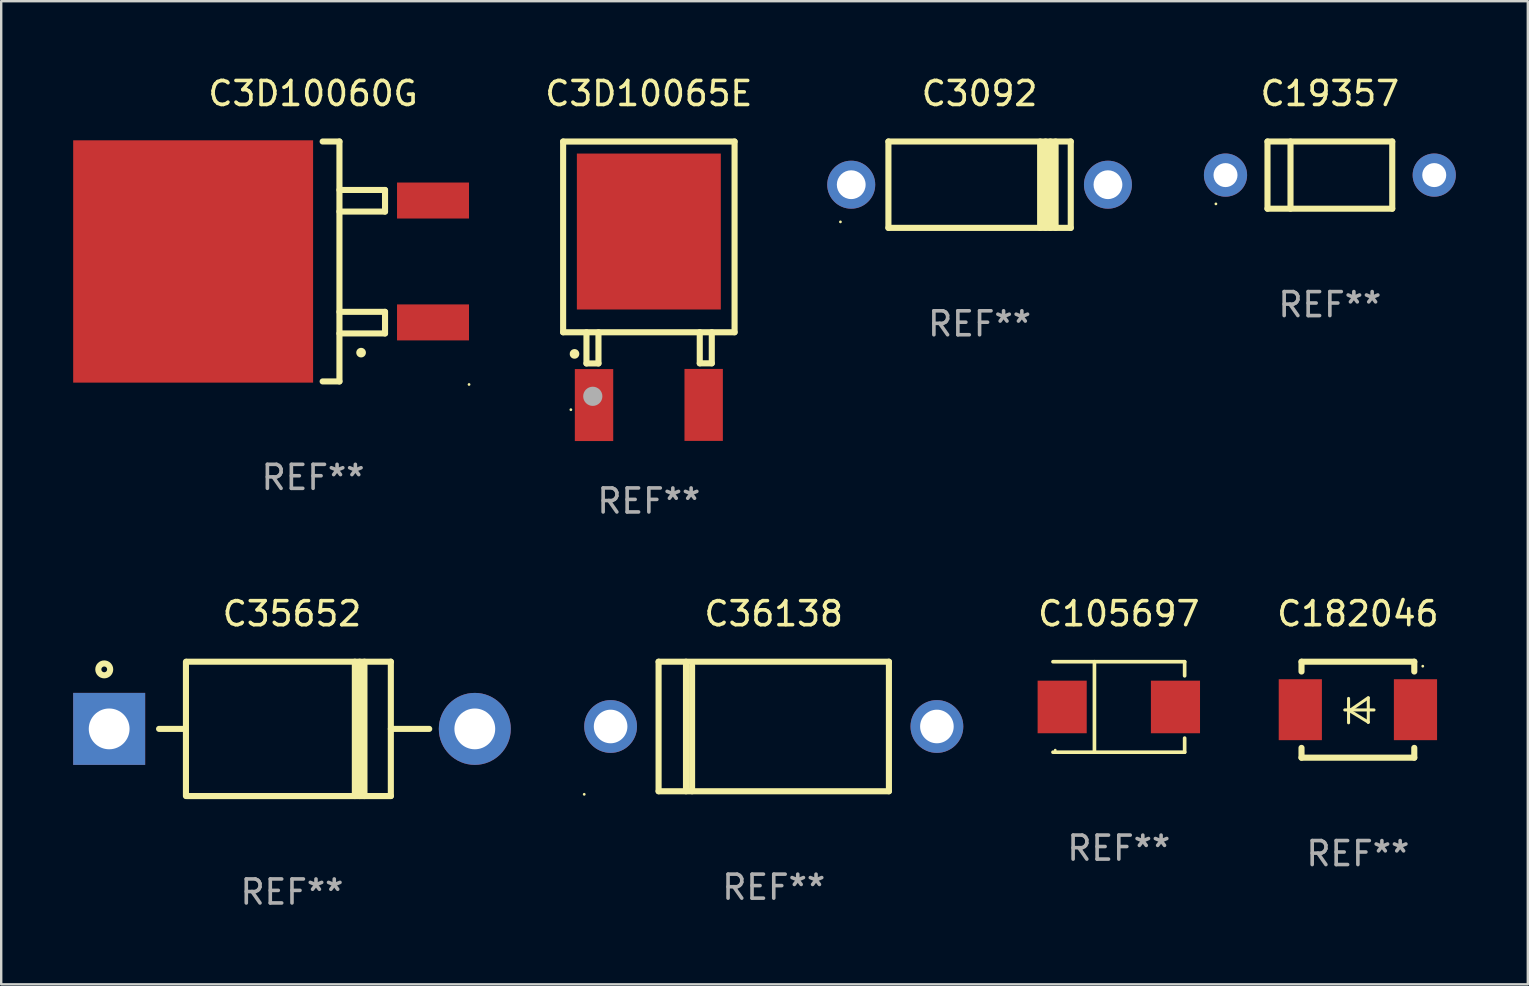
<source format=kicad_pcb>
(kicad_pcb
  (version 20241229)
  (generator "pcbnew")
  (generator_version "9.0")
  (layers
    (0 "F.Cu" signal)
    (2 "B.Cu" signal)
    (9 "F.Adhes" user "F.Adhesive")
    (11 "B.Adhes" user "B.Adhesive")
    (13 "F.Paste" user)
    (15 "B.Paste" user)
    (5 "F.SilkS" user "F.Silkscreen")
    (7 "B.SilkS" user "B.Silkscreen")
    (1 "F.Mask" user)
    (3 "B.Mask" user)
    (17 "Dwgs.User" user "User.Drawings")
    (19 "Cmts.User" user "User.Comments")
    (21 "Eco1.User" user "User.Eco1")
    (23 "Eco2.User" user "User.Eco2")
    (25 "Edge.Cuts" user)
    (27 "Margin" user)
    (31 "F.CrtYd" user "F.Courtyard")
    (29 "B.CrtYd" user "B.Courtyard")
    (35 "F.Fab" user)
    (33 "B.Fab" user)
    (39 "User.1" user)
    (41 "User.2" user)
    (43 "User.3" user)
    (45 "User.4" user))
  (footprint "C3D10065E"
    (layer "F.Cu")
    (at 23.994 8.341)
    (property "Reference" "C3D10065E" (at 0 -7.492 0) (layer "F.SilkS") (effects (font (size 1 1) (thickness 0.15))))
    (attr through_hole)
    (fp_line (start -3.573 -5.492) (end -3.573 2.458) (stroke (width 0.254) (type solid)) (layer "F.SilkS"))
    (fp_line (start -3.573 2.458) (end 3.573 2.458) (stroke (width 0.254) (type solid)) (layer "F.SilkS"))
    (fp_line (start -2.6 2.458) (end -2.6 3.757) (stroke (width 0.254) (type solid)) (layer "F.SilkS"))
    (fp_line (start -2.6 3.757) (end -2.1 3.757) (stroke (width 0.254) (type solid)) (layer "F.SilkS"))
    (fp_line (start -2.1 3.757) (end -2.1 2.458) (stroke (width 0.254) (type solid)) (layer "F.SilkS"))
    (fp_line (start 2.122 2.453) (end 2.122 3.753) (stroke (width 0.254) (type solid)) (layer "F.SilkS"))
    (fp_line (start 2.122 3.753) (end 2.623 3.753) (stroke (width 0.254) (type solid)) (layer "F.SilkS"))
    (fp_line (start 2.623 3.753) (end 2.623 2.453) (stroke (width 0.254) (type solid)) (layer "F.SilkS"))
    (fp_line (start 3.573 -5.492) (end -3.573 -5.492) (stroke (width 0.254) (type solid)) (layer "F.SilkS"))
    (fp_line (start 3.573 2.458) (end 3.573 -5.492) (stroke (width 0.254) (type solid)) (layer "F.SilkS"))
    (fp_arc (start -3.098806 3.360224) (mid -3.09881 3.358954) (end -3.098806 3.357684) (stroke (width 0.4) (type solid)) (layer "F.SilkS"))
    (fp_circle (center -3.25 5.685) (end -3.22 5.685) (stroke (width 0.06) (type solid)) (fill no) (layer "F.SilkS"))
    (fp_circle (center -2.337 5.127) (end -2.137 5.127) (stroke (width 0.4) (type solid)) (fill no) (layer "F.Fab"))
    (fp_text user "REF**" (at 0 9.492 0) (layer "F.Fab") (effects (font (size 1 1) (thickness 0.15))))
    (pad "1" smd rect (at -2.285 5.492) (size 1.6 3) (layers "F.Cu" "F.Mask" "F.Paste"))
    (pad "2" smd rect (at 2.285 5.486 180) (size 1.6 3) (layers "F.Cu" "F.Mask" "F.Paste"))
    (pad "3" smd rect (at -0.000102 -1.741) (size 6 6.5) (layers "F.Cu" "F.Mask" "F.Paste")))
  (footprint "C3D10060G"
    (layer "F.Cu")
    (at 9.999 7.848)
    (property "Reference" "C3D10060G" (at 0 -7 0) (layer "F.SilkS") (effects (font (size 1 1) (thickness 0.15))))
    (attr through_hole)
    (fp_line (start 0.399 -5) (end 1.099 -5) (stroke (width 0.254) (type solid)) (layer "F.SilkS"))
    (fp_line (start 1.099 -5) (end 1.099 5) (stroke (width 0.254) (type solid)) (layer "F.SilkS"))
    (fp_line (start 1.099 -2.08) (end 2.999 -2.08) (stroke (width 0.254) (type solid)) (layer "F.SilkS"))
    (fp_line (start 1.099 3) (end 2.999 3) (stroke (width 0.254) (type solid)) (layer "F.SilkS"))
    (fp_line (start 1.099 5) (end 0.399 5) (stroke (width 0.254) (type solid)) (layer "F.SilkS"))
    (fp_line (start 2.999 -2.98) (end 1.099 -2.98) (stroke (width 0.254) (type solid)) (layer "F.SilkS"))
    (fp_line (start 2.999 -2.08) (end 2.999 -2.98) (stroke (width 0.254) (type solid)) (layer "F.SilkS"))
    (fp_line (start 2.999 2.1) (end 1.099 2.1) (stroke (width 0.254) (type solid)) (layer "F.SilkS"))
    (fp_line (start 2.999 3) (end 2.999 2.1) (stroke (width 0.254) (type solid)) (layer "F.SilkS"))
    (fp_arc (start 1.999619 3.799848) (mid 2.000889 3.799844) (end 2.002159 3.799848) (stroke (width 0.4) (type solid)) (layer "F.SilkS"))
    (fp_circle (center 6.501 5.127) (end 6.531 5.127) (stroke (width 0.06) (type solid)) (fill no) (layer "F.SilkS"))
    (fp_text user "REF**" (at 0 9 0) (layer "F.Fab") (effects (font (size 1 1) (thickness 0.15))))
    (pad "1" smd rect (at 4.999 2.54 270) (size 1.5 3) (layers "F.Cu" "F.Mask" "F.Paste"))
    (pad "2" smd rect (at 4.999 -2.54 270) (size 1.5 3) (layers "F.Cu" "F.Mask" "F.Paste"))
    (pad "3" smd rect (at -4.999 0 270) (size 10.1 10) (layers "F.Cu" "F.Mask" "F.Paste")))
  (footprint "C19357"
    (layer "F.Cu")
    (at 52.379 4.248)
    (property "Reference" "C19357" (at 0 -3.4 0) (layer "F.SilkS") (effects (font (size 1 1) (thickness 0.15))))
    (attr through_hole)
    (fp_line (start -2.6 -1.4) (end -2.6 1.4) (stroke (width 0.254) (type solid)) (layer "F.SilkS"))
    (fp_line (start -2.6 -1.4) (end 2.6 -1.4) (stroke (width 0.254) (type solid)) (layer "F.SilkS"))
    (fp_line (start -2.6 1.4) (end 2.6 1.4) (stroke (width 0.254) (type solid)) (layer "F.SilkS"))
    (fp_line (start -1.641 -1.4) (end -1.641 1.4) (stroke (width 0.254) (type solid)) (layer "F.SilkS"))
    (fp_line (start 2.6 -1.4) (end 2.6 1.4) (stroke (width 0.254) (type solid)) (layer "F.SilkS"))
    (fp_circle (center -4.75 1.2) (end -4.72 1.2) (stroke (width 0.06) (type solid)) (fill no) (layer "F.SilkS"))
    (fp_text user "REF**" (at 0 5.4 0) (layer "F.Fab") (effects (font (size 1 1) (thickness 0.15))))
    (pad "1" thru_hole circle (at -4.35 0) (size 1.8 1.8) (drill 1) (layers "*.Cu" "*.Mask"))
    (pad "2" thru_hole circle (at 4.35 0) (size 1.8 1.8) (drill 1) (layers "*.Cu" "*.Mask")))
  (footprint "C35652"
    (layer "F.Cu")
    (at 9.12 27.33)
    (property "Reference" "C35652" (at 0 -4.8 0) (layer "F.SilkS") (effects (font (size 1 1) (thickness 0.15))))
    (attr through_hole)
    (fp_line (start -5.54 0) (end -4.44 0) (stroke (width 0.254) (type solid)) (layer "F.SilkS"))
    (fp_line (start -4.42 2.8) (end -4.42 -2.8) (stroke (width 0.254) (type solid)) (layer "F.SilkS"))
    (fp_line (start -4.38 -2.8) (end 4.12 -2.8) (stroke (width 0.254) (type solid)) (layer "F.SilkS"))
    (fp_line (start 2.62 -2.8) (end 2.62 2.8) (stroke (width 0.254) (type solid)) (layer "F.SilkS"))
    (fp_line (start 2.82 -2.8) (end 2.82 2.8) (stroke (width 0.254) (type solid)) (layer "F.SilkS"))
    (fp_line (start 3.02 -2.8) (end 3.02 2.8) (stroke (width 0.254) (type solid)) (layer "F.SilkS"))
    (fp_line (start 4.12 -2.8) (end 4.12 2.8) (stroke (width 0.254) (type solid)) (layer "F.SilkS"))
    (fp_line (start 4.12 0) (end 5.72 0) (stroke (width 0.254) (type solid)) (layer "F.SilkS"))
    (fp_line (start 4.12 2.8) (end -4.38 2.8) (stroke (width 0.254) (type solid)) (layer "F.SilkS"))
    (fp_circle (center -7.825 -2.48) (end -7.705 -2.48) (stroke (width 0.254) (type solid)) (fill no) (layer "F.SilkS"))
    (fp_text user "REF**" (at 0 6.8 0) (layer "F.Fab") (effects (font (size 1 1) (thickness 0.15))))
    (pad "1" thru_hole rect (at -7.62 0 180) (size 3 3) (drill 1.7) (layers "*.Cu" "*.Mask"))
    (pad "2" thru_hole circle (at 7.62 0) (size 3 3) (drill 1.7) (layers "*.Cu" "*.Mask")))
  (footprint "C105697"
    (layer "F.Cu")
    (at 43.582 26.416)
    (property "Reference" "C105697" (at 0 -3.886 0) (layer "F.SilkS") (effects (font (size 1 1) (thickness 0.15))))
    (attr through_hole)
    (fp_line (start -2.744 -1.886) (end 2.744 -1.886) (stroke (width 0.152) (type solid)) (layer "F.SilkS"))
    (fp_line (start -2.744 1.886) (end 2.744 1.886) (stroke (width 0.152) (type solid)) (layer "F.SilkS"))
    (fp_line (start -1.016 -1.886) (end -1.016 1.886) (stroke (width 0.152) (type solid)) (layer "F.SilkS"))
    (fp_line (start 2.744 -1.886) (end 2.744 -1.299) (stroke (width 0.152) (type solid)) (layer "F.SilkS"))
    (fp_line (start 2.744 1.886) (end 2.744 1.299) (stroke (width 0.152) (type solid)) (layer "F.SilkS"))
    (fp_circle (center -2.65 1.8) (end -2.62 1.8) (stroke (width 0.06) (type solid)) (fill no) (layer "F.SilkS"))
    (fp_text user "REF**" (at 0 5.886 0) (layer "F.Fab") (effects (font (size 1 1) (thickness 0.15))))
    (pad "1" smd rect (at -2.361 0) (size 2.047 2.192) (layers "F.Cu" "F.Mask" "F.Paste"))
    (pad "2" smd rect (at 2.361 0) (size 2.047 2.192) (layers "F.Cu" "F.Mask" "F.Paste")))
  (footprint "C3092"
    (layer "F.Cu")
    (at 37.779 4.648)
    (property "Reference" "C3092" (at 0 -3.8 0) (layer "F.SilkS") (effects (font (size 1 1) (thickness 0.15))))
    (attr through_hole)
    (fp_line (start -3.8 1.8) (end -3.8 -1.8) (stroke (width 0.254) (type solid)) (layer "F.SilkS"))
    (fp_line (start 2.524 1.8) (end 2.524 -1.8) (stroke (width 0.254) (type solid)) (layer "F.SilkS"))
    (fp_line (start 2.75 1.8) (end 2.75 -1.8) (stroke (width 0.254) (type solid)) (layer "F.SilkS"))
    (fp_line (start 2.95 -1.8) (end 2.95 1.8) (stroke (width 0.254) (type solid)) (layer "F.SilkS"))
    (fp_line (start 3.168 -1.8) (end 3.168 1.8) (stroke (width 0.254) (type solid)) (layer "F.SilkS"))
    (fp_line (start 3.8 1.8) (end -3.8 1.8) (stroke (width 0.254) (type solid)) (layer "F.SilkS"))
    (fp_line (start 3.8 1.8) (end 3.8 -1.8) (stroke (width 0.254) (type solid)) (layer "F.SilkS"))
    (fp_line (start 3.8 -1.8) (end -3.8 -1.8) (stroke (width 0.254) (type solid)) (layer "F.SilkS"))
    (fp_circle (center -5.8 1.55) (end -5.77 1.55) (stroke (width 0.06) (type solid)) (fill no) (layer "F.SilkS"))
    (fp_text user "REF**" (at 0 5.8 0) (layer "F.Fab") (effects (font (size 1 1) (thickness 0.15))))
    (pad "1" thru_hole circle (at -5.35 0) (size 2 2) (drill 1.2) (layers "*.Cu" "*.Mask"))
    (pad "2" thru_hole circle (at 5.35 0) (size 2 2) (drill 1.2) (layers "*.Cu" "*.Mask")))
  (footprint "C182046"
    (layer "F.Cu")
    (at 53.547 26.53)
    (property "Reference" "C182046" (at 0 -4 0) (layer "F.SilkS") (effects (font (size 1 1) (thickness 0.15))))
    (attr through_hole)
    (fp_line (start -2.35 -2) (end -2.35 -1.591) (stroke (width 0.254) (type solid)) (layer "F.SilkS"))
    (fp_line (start -2.35 -2) (end 2.35 -2) (stroke (width 0.254) (type solid)) (layer "F.SilkS"))
    (fp_line (start -2.35 1.591) (end -2.35 2) (stroke (width 0.254) (type solid)) (layer "F.SilkS"))
    (fp_line (start -2.35 2) (end 2.35 2) (stroke (width 0.254) (type solid)) (layer "F.SilkS"))
    (fp_line (start -0.548 0.01) (end 0.671 0.01) (stroke (width 0.127) (type solid)) (layer "F.SilkS"))
    (fp_line (start -0.389 -0.47) (end -0.389 0.546) (stroke (width 0.127) (type solid)) (layer "F.SilkS"))
    (fp_line (start -0.35 0.04) (end 0.433 0.52) (stroke (width 0.127) (type solid)) (layer "F.SilkS"))
    (fp_line (start 0.433 -0.5) (end -0.35 0.04) (stroke (width 0.127) (type solid)) (layer "F.SilkS"))
    (fp_line (start 0.433 0.53) (end 0.433 -0.486) (stroke (width 0.127) (type solid)) (layer "F.SilkS"))
    (fp_line (start 2.35 -2) (end 2.35 -1.591) (stroke (width 0.254) (type solid)) (layer "F.SilkS"))
    (fp_line (start 2.35 1.591) (end 2.35 2) (stroke (width 0.254) (type solid)) (layer "F.SilkS"))
    (fp_circle (center 2.704 -1.813) (end 2.734 -1.813) (stroke (width 0.06) (type solid)) (fill no) (layer "F.SilkS"))
    (fp_text user "REF**" (at 0 6 0) (layer "F.Fab") (effects (font (size 1 1) (thickness 0.15))))
    (pad "1" smd rect (at 2.4 0) (size 1.8 2.54) (layers "F.Cu" "F.Mask" "F.Paste"))
    (pad "2" smd rect (at -2.4 0) (size 1.8 2.54) (layers "F.Cu" "F.Mask" "F.Paste")))
  (footprint "C36138"
    (layer "F.Cu")
    (at 29.2 27.23)
    (property "Reference" "C36138" (at 0 -4.7 0) (layer "F.SilkS") (effects (font (size 1 1) (thickness 0.15))))
    (attr through_hole)
    (fp_line (start -4.8 -2.7) (end 4.8 -2.7) (stroke (width 0.254) (type solid)) (layer "F.SilkS"))
    (fp_line (start -4.8 2.7) (end -4.8 -2.7) (stroke (width 0.254) (type solid)) (layer "F.SilkS"))
    (fp_line (start -3.658 2.7) (end -3.658 -2.7) (stroke (width 0.254) (type solid)) (layer "F.SilkS"))
    (fp_line (start -3.404 2.7) (end -3.404 -2.54) (stroke (width 0.254) (type solid)) (layer "F.SilkS"))
    (fp_line (start 4.8 2.7) (end -4.8 2.7) (stroke (width 0.254) (type solid)) (layer "F.SilkS"))
    (fp_line (start 4.8 2.7) (end 4.8 -2.7) (stroke (width 0.254) (type solid)) (layer "F.SilkS"))
    (fp_circle (center -7.9 2.827) (end -7.87 2.827) (stroke (width 0.06) (type solid)) (fill no) (layer "F.SilkS"))
    (fp_text user "REF**" (at 0 6.7 0) (layer "F.Fab") (effects (font (size 1 1) (thickness 0.15))))
    (pad "1" thru_hole circle (at -6.8 0) (size 2.2 2.2) (drill 1.4) (layers "*.Cu" "*.Mask"))
    (pad "2" thru_hole circle (at 6.8 0) (size 2.2 2.2) (drill 1.4) (layers "*.Cu" "*.Mask")))
  (gr_rect
    (start -3 -3)
    (end 60.629 37.978)
    (stroke (width 0.1) (type default))
    (fill no)
    (layer "Edge.Cuts")))
</source>
